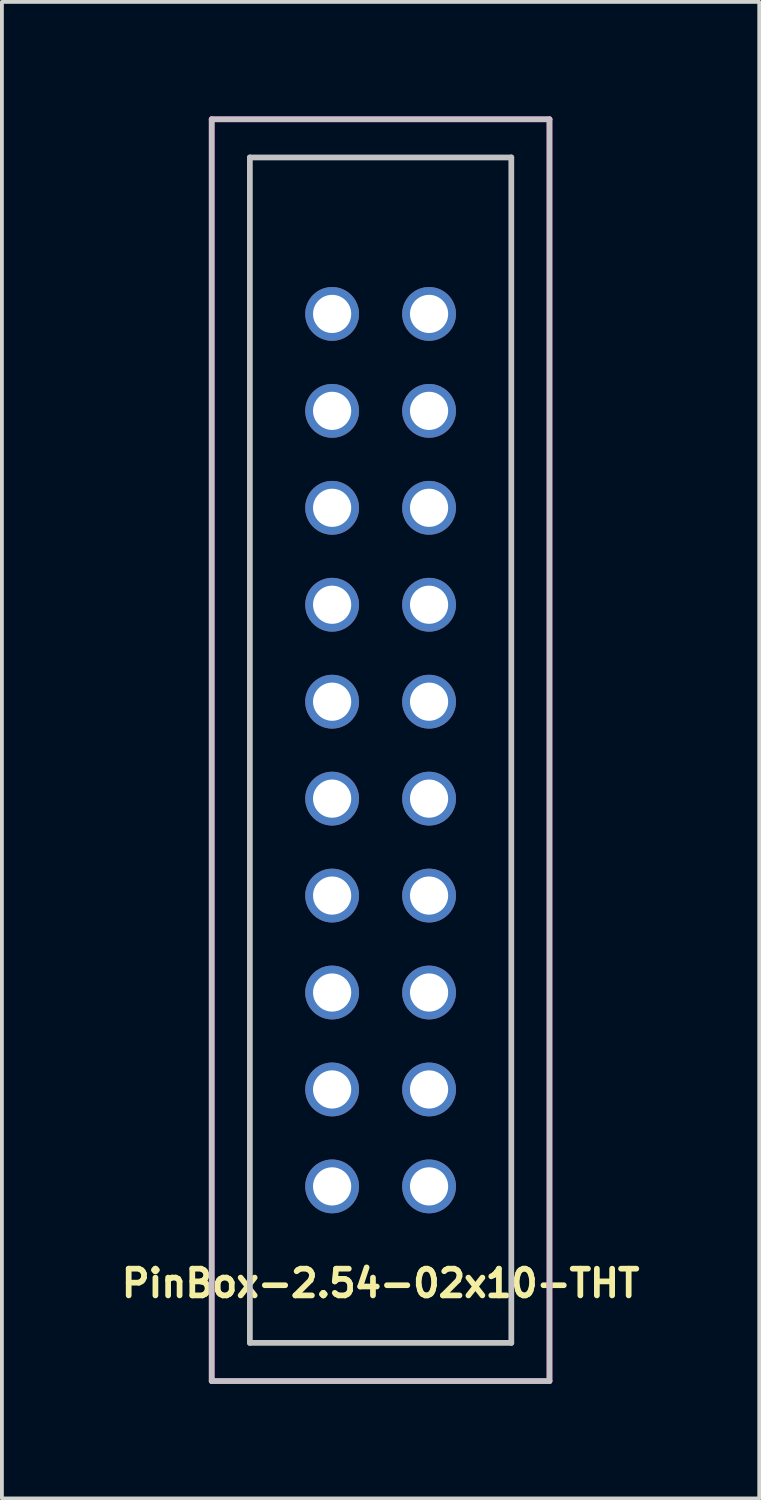
<source format=kicad_pcb>
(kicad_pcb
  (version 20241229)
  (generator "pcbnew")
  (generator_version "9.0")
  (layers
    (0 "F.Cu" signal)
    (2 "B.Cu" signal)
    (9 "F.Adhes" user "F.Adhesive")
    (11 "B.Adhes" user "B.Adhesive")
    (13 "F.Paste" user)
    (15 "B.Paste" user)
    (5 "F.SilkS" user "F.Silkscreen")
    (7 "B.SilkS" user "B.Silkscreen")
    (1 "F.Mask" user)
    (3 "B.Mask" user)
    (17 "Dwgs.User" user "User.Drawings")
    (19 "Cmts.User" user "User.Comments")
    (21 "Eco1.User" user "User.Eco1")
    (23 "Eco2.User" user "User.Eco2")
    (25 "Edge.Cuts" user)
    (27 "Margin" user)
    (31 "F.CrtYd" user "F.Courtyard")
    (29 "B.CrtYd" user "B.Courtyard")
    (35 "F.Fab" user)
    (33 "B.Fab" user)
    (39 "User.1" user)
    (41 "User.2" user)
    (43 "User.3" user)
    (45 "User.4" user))
  (footprint "PinBox-2.54-02x10-THT"
    (layer "F.Cu")
    (at 6.922 16.605)
    (property "Reference" "PinBox-2.54-02x10-THT" (at 0 13.97 0) (layer "F.SilkS") (effects (font (size 0.7 0.7) (thickness 0.15))))
    (attr through_hole)
    (fp_line (start -4.425 -16.53) (end -4.425 16.53) (stroke (width 0.15) (type solid)) (layer "Dwgs.User"))
    (fp_line (start -4.425 -16.53) (end 4.425 -16.53) (stroke (width 0.15) (type solid)) (layer "Dwgs.User"))
    (fp_line (start -4.425 16.53) (end 4.425 16.53) (stroke (width 0.15) (type solid)) (layer "Dwgs.User"))
    (fp_line (start -3.425 -15.53) (end -3.425 15.53) (stroke (width 0.15) (type solid)) (layer "Dwgs.User"))
    (fp_line (start -3.425 -15.53) (end 3.425 -15.53) (stroke (width 0.15) (type solid)) (layer "Dwgs.User"))
    (fp_line (start -3.425 15.53) (end 3.425 15.53) (stroke (width 0.15) (type solid)) (layer "Dwgs.User"))
    (fp_line (start -1.59 -11.75) (end -0.95 -11.75) (stroke (width 0.05) (type solid)) (layer "Dwgs.User"))
    (fp_line (start -1.59 -11.11) (end -1.59 -11.75) (stroke (width 0.05) (type solid)) (layer "Dwgs.User"))
    (fp_line (start -1.59 -11.11) (end -0.95 -11.11) (stroke (width 0.05) (type solid)) (layer "Dwgs.User"))
    (fp_line (start -1.59 -9.21) (end -0.95 -9.21) (stroke (width 0.05) (type solid)) (layer "Dwgs.User"))
    (fp_line (start -1.59 -8.57) (end -1.59 -9.21) (stroke (width 0.05) (type solid)) (layer "Dwgs.User"))
    (fp_line (start -1.59 -8.57) (end -0.95 -8.57) (stroke (width 0.05) (type solid)) (layer "Dwgs.User"))
    (fp_line (start -1.59 -6.67) (end -0.95 -6.67) (stroke (width 0.05) (type solid)) (layer "Dwgs.User"))
    (fp_line (start -1.59 -6.03) (end -1.59 -6.67) (stroke (width 0.05) (type solid)) (layer "Dwgs.User"))
    (fp_line (start -1.59 -6.03) (end -0.95 -6.03) (stroke (width 0.05) (type solid)) (layer "Dwgs.User"))
    (fp_line (start -1.59 -4.13) (end -0.95 -4.13) (stroke (width 0.05) (type solid)) (layer "Dwgs.User"))
    (fp_line (start -1.59 -3.49) (end -1.59 -4.13) (stroke (width 0.05) (type solid)) (layer "Dwgs.User"))
    (fp_line (start -1.59 -3.49) (end -0.95 -3.49) (stroke (width 0.05) (type solid)) (layer "Dwgs.User"))
    (fp_line (start -1.59 -1.59) (end -0.95 -1.59) (stroke (width 0.05) (type solid)) (layer "Dwgs.User"))
    (fp_line (start -1.59 -0.95) (end -1.59 -1.59) (stroke (width 0.05) (type solid)) (layer "Dwgs.User"))
    (fp_line (start -1.59 -0.95) (end -0.95 -0.95) (stroke (width 0.05) (type solid)) (layer "Dwgs.User"))
    (fp_line (start -1.59 0.95) (end -0.95 0.95) (stroke (width 0.05) (type solid)) (layer "Dwgs.User"))
    (fp_line (start -1.59 1.59) (end -1.59 0.95) (stroke (width 0.05) (type solid)) (layer "Dwgs.User"))
    (fp_line (start -1.59 1.59) (end -0.95 1.59) (stroke (width 0.05) (type solid)) (layer "Dwgs.User"))
    (fp_line (start -1.59 3.49) (end -0.95 3.49) (stroke (width 0.05) (type solid)) (layer "Dwgs.User"))
    (fp_line (start -1.59 4.13) (end -1.59 3.49) (stroke (width 0.05) (type solid)) (layer "Dwgs.User"))
    (fp_line (start -1.59 4.13) (end -0.95 4.13) (stroke (width 0.05) (type solid)) (layer "Dwgs.User"))
    (fp_line (start -1.59 6.03) (end -0.95 6.03) (stroke (width 0.05) (type solid)) (layer "Dwgs.User"))
    (fp_line (start -1.59 6.67) (end -1.59 6.03) (stroke (width 0.05) (type solid)) (layer "Dwgs.User"))
    (fp_line (start -1.59 6.67) (end -0.95 6.67) (stroke (width 0.05) (type solid)) (layer "Dwgs.User"))
    (fp_line (start -1.59 8.57) (end -0.95 8.57) (stroke (width 0.05) (type solid)) (layer "Dwgs.User"))
    (fp_line (start -1.59 9.21) (end -1.59 8.57) (stroke (width 0.05) (type solid)) (layer "Dwgs.User"))
    (fp_line (start -1.59 9.21) (end -0.95 9.21) (stroke (width 0.05) (type solid)) (layer "Dwgs.User"))
    (fp_line (start -1.59 11.11) (end -0.95 11.11) (stroke (width 0.05) (type solid)) (layer "Dwgs.User"))
    (fp_line (start -1.59 11.75) (end -1.59 11.11) (stroke (width 0.05) (type solid)) (layer "Dwgs.User"))
    (fp_line (start -1.59 11.75) (end -0.95 11.75) (stroke (width 0.05) (type solid)) (layer "Dwgs.User"))
    (fp_line (start -0.95 -11.11) (end -0.95 -11.75) (stroke (width 0.05) (type solid)) (layer "Dwgs.User"))
    (fp_line (start -0.95 -8.57) (end -0.95 -9.21) (stroke (width 0.05) (type solid)) (layer "Dwgs.User"))
    (fp_line (start -0.95 -6.03) (end -0.95 -6.67) (stroke (width 0.05) (type solid)) (layer "Dwgs.User"))
    (fp_line (start -0.95 -3.49) (end -0.95 -4.13) (stroke (width 0.05) (type solid)) (layer "Dwgs.User"))
    (fp_line (start -0.95 -0.95) (end -0.95 -1.59) (stroke (width 0.05) (type solid)) (layer "Dwgs.User"))
    (fp_line (start -0.95 1.59) (end -0.95 0.95) (stroke (width 0.05) (type solid)) (layer "Dwgs.User"))
    (fp_line (start -0.95 4.13) (end -0.95 3.49) (stroke (width 0.05) (type solid)) (layer "Dwgs.User"))
    (fp_line (start -0.95 6.67) (end -0.95 6.03) (stroke (width 0.05) (type solid)) (layer "Dwgs.User"))
    (fp_line (start -0.95 9.21) (end -0.95 8.57) (stroke (width 0.05) (type solid)) (layer "Dwgs.User"))
    (fp_line (start -0.95 11.75) (end -0.95 11.11) (stroke (width 0.05) (type solid)) (layer "Dwgs.User"))
    (fp_line (start 0.95 -11.11) (end 0.95 -11.75) (stroke (width 0.05) (type solid)) (layer "Dwgs.User"))
    (fp_line (start 0.95 -8.57) (end 0.95 -9.21) (stroke (width 0.05) (type solid)) (layer "Dwgs.User"))
    (fp_line (start 0.95 -6.03) (end 0.95 -6.67) (stroke (width 0.05) (type solid)) (layer "Dwgs.User"))
    (fp_line (start 0.95 -3.49) (end 0.95 -4.13) (stroke (width 0.05) (type solid)) (layer "Dwgs.User"))
    (fp_line (start 0.95 -0.95) (end 0.95 -1.59) (stroke (width 0.05) (type solid)) (layer "Dwgs.User"))
    (fp_line (start 0.95 1.59) (end 0.95 0.95) (stroke (width 0.05) (type solid)) (layer "Dwgs.User"))
    (fp_line (start 0.95 4.13) (end 0.95 3.49) (stroke (width 0.05) (type solid)) (layer "Dwgs.User"))
    (fp_line (start 0.95 6.67) (end 0.95 6.03) (stroke (width 0.05) (type solid)) (layer "Dwgs.User"))
    (fp_line (start 0.95 9.21) (end 0.95 8.57) (stroke (width 0.05) (type solid)) (layer "Dwgs.User"))
    (fp_line (start 0.95 11.75) (end 0.95 11.11) (stroke (width 0.05) (type solid)) (layer "Dwgs.User"))
    (fp_line (start 1.59 -11.75) (end 0.95 -11.75) (stroke (width 0.05) (type solid)) (layer "Dwgs.User"))
    (fp_line (start 1.59 -11.11) (end 0.95 -11.11) (stroke (width 0.05) (type solid)) (layer "Dwgs.User"))
    (fp_line (start 1.59 -11.11) (end 1.59 -11.75) (stroke (width 0.05) (type solid)) (layer "Dwgs.User"))
    (fp_line (start 1.59 -9.21) (end 0.95 -9.21) (stroke (width 0.05) (type solid)) (layer "Dwgs.User"))
    (fp_line (start 1.59 -8.57) (end 0.95 -8.57) (stroke (width 0.05) (type solid)) (layer "Dwgs.User"))
    (fp_line (start 1.59 -8.57) (end 1.59 -9.21) (stroke (width 0.05) (type solid)) (layer "Dwgs.User"))
    (fp_line (start 1.59 -6.67) (end 0.95 -6.67) (stroke (width 0.05) (type solid)) (layer "Dwgs.User"))
    (fp_line (start 1.59 -6.03) (end 0.95 -6.03) (stroke (width 0.05) (type solid)) (layer "Dwgs.User"))
    (fp_line (start 1.59 -6.03) (end 1.59 -6.67) (stroke (width 0.05) (type solid)) (layer "Dwgs.User"))
    (fp_line (start 1.59 -4.13) (end 0.95 -4.13) (stroke (width 0.05) (type solid)) (layer "Dwgs.User"))
    (fp_line (start 1.59 -3.49) (end 0.95 -3.49) (stroke (width 0.05) (type solid)) (layer "Dwgs.User"))
    (fp_line (start 1.59 -3.49) (end 1.59 -4.13) (stroke (width 0.05) (type solid)) (layer "Dwgs.User"))
    (fp_line (start 1.59 -1.59) (end 0.95 -1.59) (stroke (width 0.05) (type solid)) (layer "Dwgs.User"))
    (fp_line (start 1.59 -0.95) (end 0.95 -0.95) (stroke (width 0.05) (type solid)) (layer "Dwgs.User"))
    (fp_line (start 1.59 -0.95) (end 1.59 -1.59) (stroke (width 0.05) (type solid)) (layer "Dwgs.User"))
    (fp_line (start 1.59 0.95) (end 0.95 0.95) (stroke (width 0.05) (type solid)) (layer "Dwgs.User"))
    (fp_line (start 1.59 1.59) (end 0.95 1.59) (stroke (width 0.05) (type solid)) (layer "Dwgs.User"))
    (fp_line (start 1.59 1.59) (end 1.59 0.95) (stroke (width 0.05) (type solid)) (layer "Dwgs.User"))
    (fp_line (start 1.59 3.49) (end 0.95 3.49) (stroke (width 0.05) (type solid)) (layer "Dwgs.User"))
    (fp_line (start 1.59 4.13) (end 0.95 4.13) (stroke (width 0.05) (type solid)) (layer "Dwgs.User"))
    (fp_line (start 1.59 4.13) (end 1.59 3.49) (stroke (width 0.05) (type solid)) (layer "Dwgs.User"))
    (fp_line (start 1.59 6.03) (end 0.95 6.03) (stroke (width 0.05) (type solid)) (layer "Dwgs.User"))
    (fp_line (start 1.59 6.67) (end 0.95 6.67) (stroke (width 0.05) (type solid)) (layer "Dwgs.User"))
    (fp_line (start 1.59 6.67) (end 1.59 6.03) (stroke (width 0.05) (type solid)) (layer "Dwgs.User"))
    (fp_line (start 1.59 8.57) (end 0.95 8.57) (stroke (width 0.05) (type solid)) (layer "Dwgs.User"))
    (fp_line (start 1.59 9.21) (end 0.95 9.21) (stroke (width 0.05) (type solid)) (layer "Dwgs.User"))
    (fp_line (start 1.59 9.21) (end 1.59 8.57) (stroke (width 0.05) (type solid)) (layer "Dwgs.User"))
    (fp_line (start 1.59 11.11) (end 0.95 11.11) (stroke (width 0.05) (type solid)) (layer "Dwgs.User"))
    (fp_line (start 1.59 11.75) (end 0.95 11.75) (stroke (width 0.05) (type solid)) (layer "Dwgs.User"))
    (fp_line (start 1.59 11.75) (end 1.59 11.11) (stroke (width 0.05) (type solid)) (layer "Dwgs.User"))
    (fp_line (start 3.425 -15.53) (end 3.425 15.53) (stroke (width 0.15) (type solid)) (layer "Dwgs.User"))
    (fp_line (start 4.425 -16.53) (end 4.425 16.53) (stroke (width 0.15) (type solid)) (layer "Dwgs.User"))
    (fp_line (start -4.425 -16.53) (end -4.425 16.53) (stroke (width 0.15) (type solid)) (layer "F.CrtYd"))
    (fp_line (start -4.425 -16.53) (end 4.425 -16.53) (stroke (width 0.15) (type solid)) (layer "F.CrtYd"))
    (fp_line (start -4.425 16.53) (end 4.425 16.53) (stroke (width 0.15) (type solid)) (layer "F.CrtYd"))
    (fp_line (start 4.425 -16.53) (end 4.425 16.53) (stroke (width 0.15) (type solid)) (layer "F.CrtYd"))
    (pad "1" thru_hole oval (at -1.27 -11.43) (size 1.41 1.41) (drill 1) (layers "*.Cu" "*.Mask"))
    (pad "2" thru_hole oval (at 1.27 -11.43) (size 1.41 1.41) (drill 1) (layers "*.Cu" "*.Mask"))
    (pad "3" thru_hole oval (at -1.27 -8.89) (size 1.41 1.41) (drill 1) (layers "*.Cu" "*.Mask"))
    (pad "4" thru_hole oval (at 1.27 -8.89) (size 1.41 1.41) (drill 1) (layers "*.Cu" "*.Mask"))
    (pad "5" thru_hole oval (at -1.27 -6.35) (size 1.41 1.41) (drill 1) (layers "*.Cu" "*.Mask"))
    (pad "6" thru_hole oval (at 1.27 -6.35) (size 1.41 1.41) (drill 1) (layers "*.Cu" "*.Mask"))
    (pad "7" thru_hole oval (at -1.27 -3.81) (size 1.41 1.41) (drill 1) (layers "*.Cu" "*.Mask"))
    (pad "8" thru_hole oval (at 1.27 -3.81) (size 1.41 1.41) (drill 1) (layers "*.Cu" "*.Mask"))
    (pad "9" thru_hole oval (at -1.27 -1.27) (size 1.41 1.41) (drill 1) (layers "*.Cu" "*.Mask"))
    (pad "10" thru_hole oval (at 1.27 -1.27) (size 1.41 1.41) (drill 1) (layers "*.Cu" "*.Mask"))
    (pad "11" thru_hole oval (at -1.27 1.27) (size 1.41 1.41) (drill 1) (layers "*.Cu" "*.Mask"))
    (pad "12" thru_hole oval (at 1.27 1.27) (size 1.41 1.41) (drill 1) (layers "*.Cu" "*.Mask"))
    (pad "13" thru_hole oval (at -1.27 3.81) (size 1.41 1.41) (drill 1) (layers "*.Cu" "*.Mask"))
    (pad "14" thru_hole oval (at 1.27 3.81) (size 1.41 1.41) (drill 1) (layers "*.Cu" "*.Mask"))
    (pad "15" thru_hole oval (at -1.27 6.35) (size 1.41 1.41) (drill 1) (layers "*.Cu" "*.Mask"))
    (pad "16" thru_hole oval (at 1.27 6.35) (size 1.41 1.41) (drill 1) (layers "*.Cu" "*.Mask"))
    (pad "17" thru_hole oval (at -1.27 8.89) (size 1.41 1.41) (drill 1) (layers "*.Cu" "*.Mask"))
    (pad "18" thru_hole oval (at 1.27 8.89) (size 1.41 1.41) (drill 1) (layers "*.Cu" "*.Mask"))
    (pad "19" thru_hole oval (at -1.27 11.43) (size 1.41 1.41) (drill 1) (layers "*.Cu" "*.Mask"))
    (pad "20" thru_hole oval (at 1.27 11.43) (size 1.41 1.41) (drill 1) (layers "*.Cu" "*.Mask")))
  (gr_rect
    (start -3 -3)
    (end 16.843 36.21)
    (stroke (width 0.1) (type default))
    (fill no)
    (layer "Edge.Cuts")))
</source>
